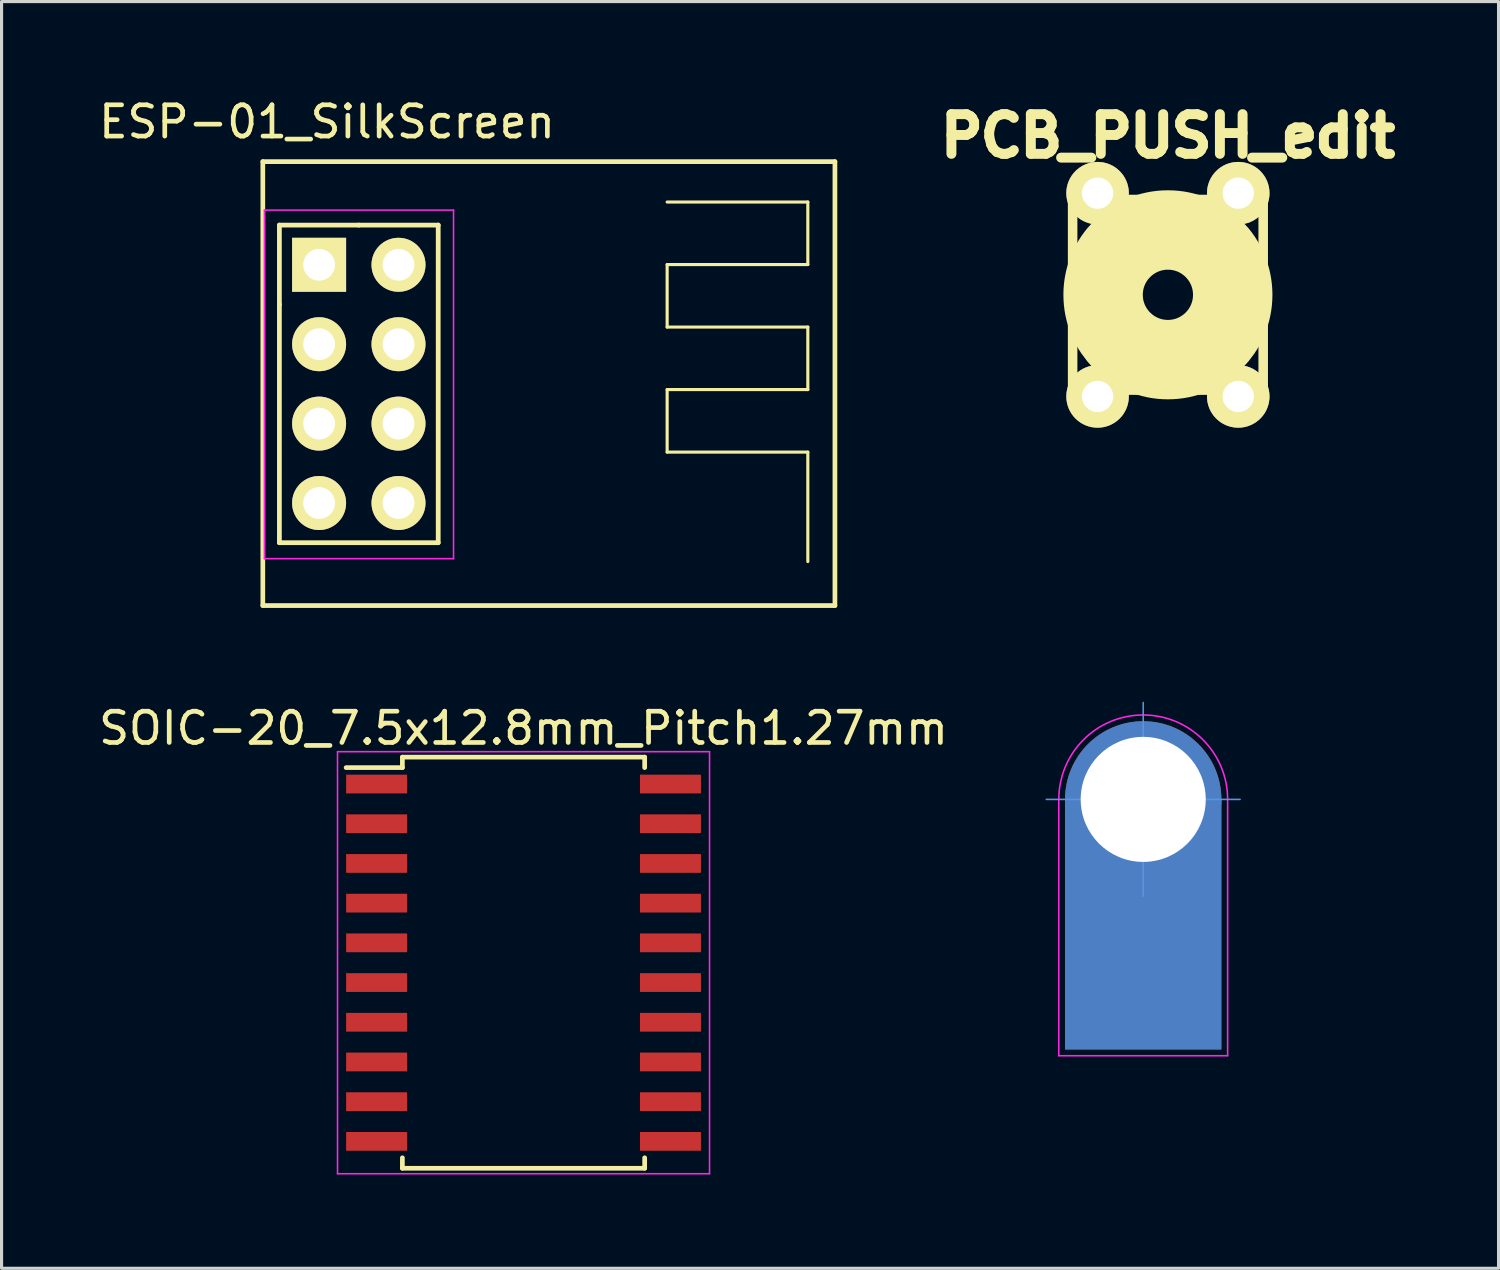
<source format=kicad_pcb>
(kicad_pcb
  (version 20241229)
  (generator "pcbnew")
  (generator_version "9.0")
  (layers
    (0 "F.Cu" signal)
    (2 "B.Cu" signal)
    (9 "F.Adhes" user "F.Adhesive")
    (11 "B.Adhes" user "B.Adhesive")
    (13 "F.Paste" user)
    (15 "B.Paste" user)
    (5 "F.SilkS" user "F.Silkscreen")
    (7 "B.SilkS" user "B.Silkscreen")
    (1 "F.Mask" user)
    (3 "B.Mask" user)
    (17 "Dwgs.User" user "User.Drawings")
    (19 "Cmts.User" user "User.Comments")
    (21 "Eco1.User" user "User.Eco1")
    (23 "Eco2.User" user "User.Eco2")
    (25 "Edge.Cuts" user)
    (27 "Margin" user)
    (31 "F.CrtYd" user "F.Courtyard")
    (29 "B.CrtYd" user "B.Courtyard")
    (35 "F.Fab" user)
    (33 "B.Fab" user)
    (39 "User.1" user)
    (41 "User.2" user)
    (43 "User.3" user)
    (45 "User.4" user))
  (footprint "ESP-01_SilkScreen"
    (layer "F.Cu")
    (at 7.157 5.42)
    (property "Reference" "ESP-01_SilkScreen" (at 0.254 -4.572 0) (layer "F.SilkS") (effects (font (size 1 1) (thickness 0.15))))
    (attr through_hole)
    (fp_line (start -1.8 10.9) (end -1.8 -3.3) (stroke (width 0.15) (type solid)) (layer "F.SilkS"))
    (fp_line (start -1.8 10.9) (end 16.5 10.9) (stroke (width 0.15) (type solid)) (layer "F.SilkS"))
    (fp_line (start -1.27 -1.27) (end -1.27 1.27) (stroke (width 0.152) (type solid)) (layer "F.SilkS"))
    (fp_line (start -1.27 1.27) (end -1.27 8.89) (stroke (width 0.152) (type solid)) (layer "F.SilkS"))
    (fp_line (start -1.27 8.89) (end 3.81 8.89) (stroke (width 0.152) (type solid)) (layer "F.SilkS"))
    (fp_line (start 1.27 -1.27) (end -1.27 -1.27) (stroke (width 0.152) (type solid)) (layer "F.SilkS"))
    (fp_line (start 3.81 -1.27) (end 1.27 -1.27) (stroke (width 0.152) (type solid)) (layer "F.SilkS"))
    (fp_line (start 3.81 8.89) (end 3.81 -1.27) (stroke (width 0.152) (type solid)) (layer "F.SilkS"))
    (fp_line (start 11.133 -2.008) (end 15.633 -2.008) (stroke (width 0.1) (type solid)) (layer "F.SilkS"))
    (fp_line (start 11.133 -0.008) (end 11.133 1.992) (stroke (width 0.1) (type solid)) (layer "F.SilkS"))
    (fp_line (start 11.133 1.992) (end 15.633 1.992) (stroke (width 0.1) (type solid)) (layer "F.SilkS"))
    (fp_line (start 11.133 3.992) (end 11.133 5.992) (stroke (width 0.1) (type solid)) (layer "F.SilkS"))
    (fp_line (start 11.133 5.992) (end 15.633 5.992) (stroke (width 0.1) (type solid)) (layer "F.SilkS"))
    (fp_line (start 15.633 -2.008) (end 15.633 -0.008) (stroke (width 0.1) (type solid)) (layer "F.SilkS"))
    (fp_line (start 15.633 -0.008) (end 11.133 -0.008) (stroke (width 0.1) (type solid)) (layer "F.SilkS"))
    (fp_line (start 15.633 1.992) (end 15.633 3.992) (stroke (width 0.1) (type solid)) (layer "F.SilkS"))
    (fp_line (start 15.633 3.992) (end 11.133 3.992) (stroke (width 0.1) (type solid)) (layer "F.SilkS"))
    (fp_line (start 15.633 5.992) (end 15.633 9.492) (stroke (width 0.1) (type solid)) (layer "F.SilkS"))
    (fp_line (start 16.5 -3.3) (end -1.8 -3.3) (stroke (width 0.15) (type solid)) (layer "F.SilkS"))
    (fp_line (start 16.5 10.9) (end 16.5 -3.3) (stroke (width 0.15) (type solid)) (layer "F.SilkS"))
    (fp_line (start -1.75 -1.75) (end -1.75 9.4) (stroke (width 0.05) (type solid)) (layer "F.CrtYd"))
    (fp_line (start -1.75 -1.75) (end 4.3 -1.75) (stroke (width 0.05) (type solid)) (layer "F.CrtYd"))
    (fp_line (start -1.75 9.4) (end 4.3 9.4) (stroke (width 0.05) (type solid)) (layer "F.CrtYd"))
    (fp_line (start 4.3 -1.75) (end 4.3 9.4) (stroke (width 0.05) (type solid)) (layer "F.CrtYd"))
    (pad "1" thru_hole rect (at 0 0) (size 1.727 1.727) (drill 1.016) (layers "*.Cu" "*.Mask" "F.SilkS"))
    (pad "2" thru_hole oval (at 2.54 0) (size 1.727 1.727) (drill 1.016) (layers "*.Cu" "*.Mask" "F.SilkS"))
    (pad "3" thru_hole oval (at 0 2.54) (size 1.727 1.727) (drill 1.016) (layers "*.Cu" "*.Mask" "F.SilkS"))
    (pad "4" thru_hole oval (at 2.54 2.54) (size 1.727 1.727) (drill 1.016) (layers "*.Cu" "*.Mask" "F.SilkS"))
    (pad "5" thru_hole oval (at 0 5.08) (size 1.727 1.727) (drill 1.016) (layers "*.Cu" "*.Mask" "F.SilkS"))
    (pad "6" thru_hole oval (at 2.54 5.08) (size 1.727 1.727) (drill 1.016) (layers "*.Cu" "*.Mask" "F.SilkS"))
    (pad "7" thru_hole oval (at 0 7.62) (size 1.727 1.727) (drill 1.016) (layers "*.Cu" "*.Mask" "F.SilkS"))
    (pad "8" thru_hole oval (at 2.54 7.62) (size 1.727 1.727) (drill 1.016) (layers "*.Cu" "*.Mask" "F.SilkS")))
  (footprint "SOIC-20_7.5x12.8mm_Pitch1.27mm"
    (layer "F.Cu")
    (at 13.696 27.744)
    (property "Reference" "SOIC-20_7.5x12.8mm_Pitch1.27mm" (at 0 -7.5 0) (layer "F.SilkS") (effects (font (size 1 1) (thickness 0.15))))
    (attr smd)
    (fp_line (start -3.875 -6.575) (end -3.875 -6.24) (stroke (width 0.15) (type solid)) (layer "F.SilkS"))
    (fp_line (start -3.875 -6.575) (end 3.875 -6.575) (stroke (width 0.15) (type solid)) (layer "F.SilkS"))
    (fp_line (start -3.875 -6.24) (end -5.675 -6.24) (stroke (width 0.15) (type solid)) (layer "F.SilkS"))
    (fp_line (start -3.875 6.575) (end -3.875 6.24) (stroke (width 0.15) (type solid)) (layer "F.SilkS"))
    (fp_line (start -3.875 6.575) (end 3.875 6.575) (stroke (width 0.15) (type solid)) (layer "F.SilkS"))
    (fp_line (start 3.875 -6.575) (end 3.875 -6.24) (stroke (width 0.15) (type solid)) (layer "F.SilkS"))
    (fp_line (start 3.875 6.575) (end 3.875 6.24) (stroke (width 0.15) (type solid)) (layer "F.SilkS"))
    (fp_line (start -5.95 -6.75) (end -5.95 6.75) (stroke (width 0.05) (type solid)) (layer "F.CrtYd"))
    (fp_line (start -5.95 -6.75) (end 5.95 -6.75) (stroke (width 0.05) (type solid)) (layer "F.CrtYd"))
    (fp_line (start -5.95 6.75) (end 5.95 6.75) (stroke (width 0.05) (type solid)) (layer "F.CrtYd"))
    (fp_line (start 5.95 -6.75) (end 5.95 6.75) (stroke (width 0.05) (type solid)) (layer "F.CrtYd"))
    (pad "1" smd rect (at -4.7 -5.715) (size 1.95 0.6) (layers "F.Cu" "F.Mask" "F.Paste"))
    (pad "2" smd rect (at -4.7 -4.445) (size 1.95 0.6) (layers "F.Cu" "F.Mask" "F.Paste"))
    (pad "3" smd rect (at -4.7 -3.175) (size 1.95 0.6) (layers "F.Cu" "F.Mask" "F.Paste"))
    (pad "4" smd rect (at -4.7 -1.905) (size 1.95 0.6) (layers "F.Cu" "F.Mask" "F.Paste"))
    (pad "5" smd rect (at -4.7 -0.635) (size 1.95 0.6) (layers "F.Cu" "F.Mask" "F.Paste"))
    (pad "6" smd rect (at -4.7 0.635) (size 1.95 0.6) (layers "F.Cu" "F.Mask" "F.Paste"))
    (pad "7" smd rect (at -4.7 1.905) (size 1.95 0.6) (layers "F.Cu" "F.Mask" "F.Paste"))
    (pad "8" smd rect (at -4.7 3.175) (size 1.95 0.6) (layers "F.Cu" "F.Mask" "F.Paste"))
    (pad "9" smd rect (at -4.7 4.445) (size 1.95 0.6) (layers "F.Cu" "F.Mask" "F.Paste"))
    (pad "10" smd rect (at -4.7 5.715) (size 1.95 0.6) (layers "F.Cu" "F.Mask" "F.Paste"))
    (pad "11" smd rect (at 4.7 5.715) (size 1.95 0.6) (layers "F.Cu" "F.Mask" "F.Paste"))
    (pad "12" smd rect (at 4.7 4.445) (size 1.95 0.6) (layers "F.Cu" "F.Mask" "F.Paste"))
    (pad "13" smd rect (at 4.7 3.175) (size 1.95 0.6) (layers "F.Cu" "F.Mask" "F.Paste"))
    (pad "14" smd rect (at 4.7 1.905) (size 1.95 0.6) (layers "F.Cu" "F.Mask" "F.Paste"))
    (pad "15" smd rect (at 4.7 0.635) (size 1.95 0.6) (layers "F.Cu" "F.Mask" "F.Paste"))
    (pad "16" smd rect (at 4.7 -0.635) (size 1.95 0.6) (layers "F.Cu" "F.Mask" "F.Paste"))
    (pad "17" smd rect (at 4.7 -1.905) (size 1.95 0.6) (layers "F.Cu" "F.Mask" "F.Paste"))
    (pad "18" smd rect (at 4.7 -3.175) (size 1.95 0.6) (layers "F.Cu" "F.Mask" "F.Paste"))
    (pad "19" smd rect (at 4.7 -4.445) (size 1.95 0.6) (layers "F.Cu" "F.Mask" "F.Paste"))
    (pad "20" smd rect (at 4.7 -5.715) (size 1.95 0.6) (layers "F.Cu" "F.Mask" "F.Paste")))
  (footprint "z_BBC-BIT"
    (layer "F.Cu")
    (at 33.518 22.52)
    (property "Reference" "z_BBC-BIT" (at 0 0.125 0) (layer "F.Fab") (effects (font (size 0.1 0.1) (thickness 0.01))))
    (attr through_hole)
    (fp_line (start -3.1 0) (end 3.1 0) (stroke (width 0.05) (type solid)) (layer "Cmts.User"))
    (fp_line (start 0 -3.1) (end 0 3.1) (stroke (width 0.05) (type solid)) (layer "Cmts.User"))
    (fp_line (start -2.7 0) (end -2.7 8.2) (stroke (width 0.05) (type solid)) (layer "F.CrtYd"))
    (fp_line (start -2.7 8.2) (end 2.7 8.2) (stroke (width 0.05) (type solid)) (layer "F.CrtYd"))
    (fp_line (start 2.7 8.2) (end 2.7 0) (stroke (width 0.05) (type solid)) (layer "F.CrtYd"))
    (fp_arc (start -2.7 0) (mid 0 -2.7) (end 2.7 0) (stroke (width 0.05) (type solid)) (layer "F.CrtYd"))
    (fp_text user "${REFERENCE}" (at 0 0 180) (layer "Eco1.User") (effects (font (size 0.3 0.3) (thickness 0.03))))
    (pad "1" thru_hole circle (at 0 0) (size 5 5) (drill 4) (layers "*.Cu" "*.Mask"))
    (pad "1" smd rect (at 0 4) (size 5 8) (layers "F.Cu" "F.Mask"))
    (pad "1" smd rect (at 0 4) (size 5 8) (layers "*.Mask" "B.Cu")))
  (footprint "PCB_PUSH_edit"
    (layer "F.Cu")
    (at 34.308 6.38)
    (property "Reference" "PCB_PUSH_edit" (at 0 -5.08 0) (layer "F.SilkS") (effects (font (size 1.27 1.27) (thickness 0.318))))
    (attr through_hole)
    (fp_line (start -3.048 -3.048) (end 3.048 -3.048) (stroke (width 0.305) (type solid)) (layer "F.SilkS"))
    (fp_line (start -3.048 3.048) (end -3.048 -3.048) (stroke (width 0.305) (type solid)) (layer "F.SilkS"))
    (fp_line (start 3.048 -3.048) (end 3.048 3.048) (stroke (width 0.305) (type solid)) (layer "F.SilkS"))
    (fp_line (start 3.048 3.048) (end -3.048 3.048) (stroke (width 0.305) (type solid)) (layer "F.SilkS"))
    (fp_circle (center 0 0) (end -0.762 0.254) (stroke (width 2.54) (type solid)) (fill no) (layer "F.SilkS"))
    (pad "1" thru_hole circle (at -2.25 -3.251) (size 1.999 1.999) (drill 1.001) (layers "*.Cu" "*.Mask" "F.SilkS"))
    (pad "1" thru_hole circle (at -2.25 3.251) (size 1.999 1.999) (drill 1.001) (layers "*.Cu" "*.Mask" "F.SilkS"))
    (pad "2" thru_hole circle (at 2.25 -3.251) (size 1.999 1.999) (drill 1.001) (layers "*.Cu" "*.Mask" "F.SilkS"))
    (pad "2" thru_hole circle (at 2.25 3.251) (size 1.999 1.999) (drill 1.001) (layers "*.Cu" "*.Mask" "F.SilkS")))
  (gr_rect
    (start -3 -3)
    (end 44.884 37.519)
    (stroke (width 0.1) (type default))
    (fill no)
    (layer "Edge.Cuts")))
</source>
